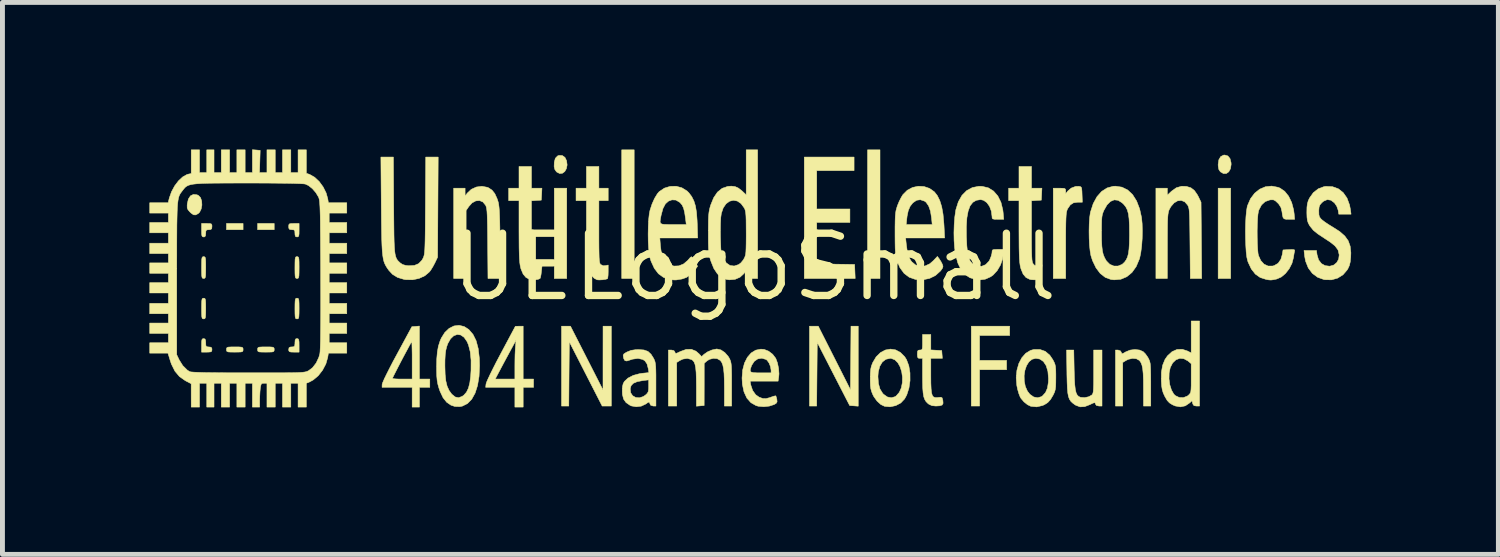
<source format=kicad_pcb>
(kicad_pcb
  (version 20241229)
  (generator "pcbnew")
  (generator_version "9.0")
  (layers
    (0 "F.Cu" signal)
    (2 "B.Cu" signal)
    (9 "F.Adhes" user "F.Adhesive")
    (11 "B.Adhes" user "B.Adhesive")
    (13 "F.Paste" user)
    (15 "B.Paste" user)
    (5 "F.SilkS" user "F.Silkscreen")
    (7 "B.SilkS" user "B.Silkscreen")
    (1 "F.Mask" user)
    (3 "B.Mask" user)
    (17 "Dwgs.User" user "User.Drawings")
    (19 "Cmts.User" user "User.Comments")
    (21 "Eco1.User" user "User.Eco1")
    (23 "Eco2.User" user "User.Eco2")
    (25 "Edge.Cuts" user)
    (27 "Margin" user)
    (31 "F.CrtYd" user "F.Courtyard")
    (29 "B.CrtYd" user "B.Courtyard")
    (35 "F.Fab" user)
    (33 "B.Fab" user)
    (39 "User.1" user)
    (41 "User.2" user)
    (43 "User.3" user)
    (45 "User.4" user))
  (footprint "UELogoSmall"
    (layer "F.Cu")
    (at 12.345 2.399)
    (property "Reference" "UELogoSmall" (at 0 0 0) (layer "F.SilkS") (effects (font (size 1.27 1.27) (thickness 0.15))))
    (attr through_hole)
    (fp_poly (pts (xy -10.435 -0.762) (xy -10.774 -0.762) (xy -10.774 -0.889) (xy -10.435 -0.889) (xy -10.435 -0.762)) (stroke (width 0.01) (type solid)) (fill yes) (layer "F.SilkS"))
    (fp_poly (pts (xy -9.8 -0.762) (xy -10.139 -0.762) (xy -10.139 -0.889) (xy -9.8 -0.889) (xy -9.8 -0.762)) (stroke (width 0.01) (type solid)) (fill yes) (layer "F.SilkS"))
    (fp_poly (pts (xy -3.831 0.233) (xy -4.085 0.233) (xy -4.085 -1.609) (xy -3.831 -1.609) (xy -3.831 0.233)) (stroke (width 0.01) (type solid)) (fill yes) (layer "F.SilkS"))
    (fp_poly (pts (xy -2.455 0.233) (xy -2.709 0.233) (xy -2.709 -2.392) (xy -2.455 -2.392) (xy -2.455 0.233)) (stroke (width 0.01) (type solid)) (fill yes) (layer "F.SilkS"))
    (fp_poly (pts (xy 2.561 0.233) (xy 2.307 0.233) (xy 2.307 -2.392) (xy 2.561 -2.392) (xy 2.561 0.233)) (stroke (width 0.01) (type solid)) (fill yes) (layer "F.SilkS"))
    (fp_poly (pts (xy 9.716 0.233) (xy 9.461 0.233) (xy 9.461 -1.609) (xy 9.716 -1.609) (xy 9.716 0.233)) (stroke (width 0.01) (type solid)) (fill yes) (layer "F.SilkS"))
    (fp_poly (pts (xy 5.207 1.397) (xy 4.593 1.397) (xy 4.593 1.905) (xy 5.144 1.905) (xy 5.144 2.095) (xy 4.593 2.095) (xy 4.593 2.836) (xy 4.424 2.836) (xy 4.424 1.206) (xy 5.207 1.206) (xy 5.207 1.397)) (stroke (width 0.01) (type solid)) (fill yes) (layer "F.SilkS"))
    (fp_poly (pts (xy 2.032 -1.968) (xy 1.27 -1.968) (xy 1.27 -1.185) (xy 1.947 -1.185) (xy 1.947 -0.91) (xy 1.27 -0.91) (xy 1.27 -0.064) (xy 1.656 -0.059) (xy 2.043 -0.053) (xy 2.055 0.233) (xy 1.016 0.233) (xy 1.016 -2.244) (xy 2.032 -2.244) (xy 2.032 -1.968)) (stroke (width 0.01) (type solid)) (fill yes) (layer "F.SilkS"))
    (fp_poly (pts (xy -3.423 1.857) (xy -3.091 2.508) (xy -3.091 1.857) (xy -3.09 1.206) (xy -2.921 1.206) (xy -2.921 2.836) (xy -3.108 2.836) (xy -3.443 2.181) (xy -3.778 1.526) (xy -3.784 2.181) (xy -3.789 2.836) (xy -3.937 2.836) (xy -3.937 1.206) (xy -3.755 1.206) (xy -3.423 1.857)) (stroke (width 0.01) (type solid)) (fill yes) (layer "F.SilkS"))
    (fp_poly (pts (xy 2.117 2.839) (xy 2.03 2.832) (xy 1.942 2.826) (xy 1.611 2.182) (xy 1.281 1.539) (xy 1.275 2.188) (xy 1.269 2.836) (xy 1.122 2.836) (xy 1.122 1.206) (xy 1.212 1.207) (xy 1.302 1.207) (xy 1.63 1.855) (xy 1.958 2.503) (xy 1.964 1.855) (xy 1.969 1.206) (xy 2.117 1.206) (xy 2.117 2.839)) (stroke (width 0.01) (type solid)) (fill yes) (layer "F.SilkS"))
    (fp_poly (pts (xy -3.922 -2.276) (xy -3.867 -2.237) (xy -3.834 -2.169) (xy -3.823 -2.083) (xy -3.838 -2.008) (xy -3.871 -1.949) (xy -3.919 -1.914) (xy -3.974 -1.908) (xy -4.032 -1.937) (xy -4.043 -1.947) (xy -4.074 -1.992) (xy -4.088 -2.051) (xy -4.085 -2.137) (xy -4.085 -2.138) (xy -4.064 -2.219) (xy -4.018 -2.267) (xy -3.991 -2.277) (xy -3.922 -2.276)) (stroke (width 0.01) (type solid)) (fill yes) (layer "F.SilkS"))
    (fp_poly (pts (xy 9.659 -2.267) (xy 9.703 -2.214) (xy 9.724 -2.131) (xy 9.726 -2.095) (xy 9.713 -2.008) (xy 9.678 -1.944) (xy 9.629 -1.909) (xy 9.57 -1.907) (xy 9.509 -1.942) (xy 9.504 -1.947) (xy 9.474 -1.993) (xy 9.462 -2.062) (xy 9.461 -2.095) (xy 9.475 -2.189) (xy 9.512 -2.253) (xy 9.571 -2.284) (xy 9.596 -2.286) (xy 9.659 -2.267)) (stroke (width 0.01) (type solid)) (fill yes) (layer "F.SilkS"))
    (fp_poly (pts (xy -11.375 -1.474) (xy -11.345 -1.46) (xy -11.303 -1.416) (xy -11.28 -1.347) (xy -11.275 -1.265) (xy -11.29 -1.185) (xy -11.322 -1.119) (xy -11.351 -1.091) (xy -11.402 -1.064) (xy -11.446 -1.066) (xy -11.496 -1.101) (xy -11.519 -1.123) (xy -11.558 -1.167) (xy -11.575 -1.207) (xy -11.576 -1.263) (xy -11.573 -1.292) (xy -11.551 -1.388) (xy -11.508 -1.453) (xy -11.448 -1.482) (xy -11.375 -1.474)) (stroke (width 0.01) (type solid)) (fill yes) (layer "F.SilkS"))
    (fp_poly (pts (xy -11.113 -0.888) (xy -11.082 -0.879) (xy -11.071 -0.857) (xy -11.07 -0.826) (xy -11.075 -0.781) (xy -11.1 -0.764) (xy -11.134 -0.762) (xy -11.176 -0.758) (xy -11.194 -0.737) (xy -11.197 -0.688) (xy -11.202 -0.637) (xy -11.22 -0.616) (xy -11.239 -0.614) (xy -11.262 -0.618) (xy -11.275 -0.637) (xy -11.281 -0.68) (xy -11.282 -0.751) (xy -11.282 -0.889) (xy -11.176 -0.889) (xy -11.113 -0.888)) (stroke (width 0.01) (type solid)) (fill yes) (layer "F.SilkS"))
    (fp_poly (pts (xy -9.292 -0.751) (xy -9.293 -0.677) (xy -9.299 -0.635) (xy -9.313 -0.618) (xy -9.335 -0.614) (xy -9.364 -0.622) (xy -9.375 -0.654) (xy -9.377 -0.688) (xy -9.38 -0.738) (xy -9.398 -0.758) (xy -9.44 -0.762) (xy -9.485 -0.767) (xy -9.502 -0.792) (xy -9.504 -0.826) (xy -9.502 -0.863) (xy -9.487 -0.882) (xy -9.45 -0.888) (xy -9.398 -0.889) (xy -9.292 -0.889) (xy -9.292 -0.751)) (stroke (width 0.01) (type solid)) (fill yes) (layer "F.SilkS"))
    (fp_poly (pts (xy -11.212 1.468) (xy -11.2 1.496) (xy -11.197 1.545) (xy -11.195 1.599) (xy -11.181 1.624) (xy -11.147 1.63) (xy -11.134 1.63) (xy -11.088 1.636) (xy -11.072 1.66) (xy -11.07 1.683) (xy -11.074 1.714) (xy -11.091 1.73) (xy -11.134 1.735) (xy -11.176 1.736) (xy -11.282 1.736) (xy -11.282 1.598) (xy -11.281 1.524) (xy -11.275 1.482) (xy -11.261 1.464) (xy -11.239 1.46) (xy -11.212 1.468)) (stroke (width 0.01) (type solid)) (fill yes) (layer "F.SilkS"))
    (fp_poly (pts (xy -10.521 1.63) (xy -10.47 1.634) (xy -10.445 1.643) (xy -10.436 1.66) (xy -10.435 1.683) (xy -10.437 1.709) (xy -10.448 1.725) (xy -10.477 1.733) (xy -10.533 1.735) (xy -10.604 1.736) (xy -10.688 1.735) (xy -10.739 1.732) (xy -10.764 1.722) (xy -10.773 1.705) (xy -10.774 1.683) (xy -10.772 1.657) (xy -10.761 1.641) (xy -10.732 1.633) (xy -10.676 1.63) (xy -10.604 1.63) (xy -10.521 1.63)) (stroke (width 0.01) (type solid)) (fill yes) (layer "F.SilkS"))
    (fp_poly (pts (xy -9.886 1.63) (xy -9.835 1.634) (xy -9.81 1.643) (xy -9.801 1.66) (xy -9.8 1.683) (xy -9.802 1.709) (xy -9.813 1.725) (xy -9.842 1.733) (xy -9.898 1.735) (xy -9.97 1.736) (xy -10.053 1.735) (xy -10.104 1.732) (xy -10.129 1.722) (xy -10.138 1.705) (xy -10.139 1.683) (xy -10.137 1.657) (xy -10.126 1.641) (xy -10.097 1.633) (xy -10.041 1.63) (xy -9.97 1.63) (xy -9.886 1.63)) (stroke (width 0.01) (type solid)) (fill yes) (layer "F.SilkS"))
    (fp_poly (pts (xy -9.312 1.465) (xy -9.299 1.484) (xy -9.293 1.527) (xy -9.292 1.598) (xy -9.292 1.736) (xy -9.398 1.736) (xy -9.461 1.734) (xy -9.492 1.725) (xy -9.503 1.704) (xy -9.504 1.683) (xy -9.497 1.645) (xy -9.468 1.631) (xy -9.44 1.63) (xy -9.4 1.626) (xy -9.382 1.608) (xy -9.377 1.563) (xy -9.377 1.545) (xy -9.373 1.49) (xy -9.359 1.465) (xy -9.335 1.46) (xy -9.312 1.465)) (stroke (width 0.01) (type solid)) (fill yes) (layer "F.SilkS"))
    (fp_poly (pts (xy -11.221 -0.209) (xy -11.208 -0.196) (xy -11.201 -0.164) (xy -11.198 -0.107) (xy -11.197 -0.017) (xy -11.197 0.011) (xy -11.198 0.11) (xy -11.2 0.174) (xy -11.206 0.211) (xy -11.217 0.228) (xy -11.234 0.233) (xy -11.239 0.233) (xy -11.258 0.23) (xy -11.271 0.217) (xy -11.278 0.185) (xy -11.281 0.128) (xy -11.282 0.038) (xy -11.282 0.011) (xy -11.281 -0.089) (xy -11.279 -0.153) (xy -11.273 -0.19) (xy -11.262 -0.207) (xy -11.245 -0.212) (xy -11.239 -0.212) (xy -11.221 -0.209)) (stroke (width 0.01) (type solid)) (fill yes) (layer "F.SilkS"))
    (fp_poly (pts (xy -11.22 0.638) (xy -11.208 0.652) (xy -11.201 0.684) (xy -11.198 0.743) (xy -11.197 0.835) (xy -11.197 0.847) (xy -11.198 0.943) (xy -11.201 1.005) (xy -11.207 1.039) (xy -11.219 1.055) (xy -11.237 1.058) (xy -11.239 1.058) (xy -11.259 1.055) (xy -11.271 1.042) (xy -11.278 1.009) (xy -11.281 0.951) (xy -11.282 0.858) (xy -11.282 0.847) (xy -11.281 0.75) (xy -11.278 0.689) (xy -11.272 0.654) (xy -11.26 0.639) (xy -11.242 0.635) (xy -11.239 0.635) (xy -11.22 0.638)) (stroke (width 0.01) (type solid)) (fill yes) (layer "F.SilkS"))
    (fp_poly (pts (xy -9.316 -0.209) (xy -9.303 -0.196) (xy -9.296 -0.164) (xy -9.293 -0.107) (xy -9.292 -0.017) (xy -9.292 0.011) (xy -9.293 0.11) (xy -9.295 0.174) (xy -9.301 0.211) (xy -9.312 0.228) (xy -9.329 0.233) (xy -9.335 0.233) (xy -9.353 0.23) (xy -9.366 0.217) (xy -9.373 0.185) (xy -9.376 0.128) (xy -9.377 0.038) (xy -9.377 0.011) (xy -9.376 -0.089) (xy -9.374 -0.153) (xy -9.368 -0.19) (xy -9.357 -0.207) (xy -9.34 -0.212) (xy -9.335 -0.212) (xy -9.316 -0.209)) (stroke (width 0.01) (type solid)) (fill yes) (layer "F.SilkS"))
    (fp_poly (pts (xy -9.315 0.638) (xy -9.303 0.652) (xy -9.296 0.684) (xy -9.293 0.743) (xy -9.292 0.835) (xy -9.292 0.847) (xy -9.293 0.943) (xy -9.296 1.005) (xy -9.302 1.039) (xy -9.314 1.055) (xy -9.332 1.058) (xy -9.335 1.058) (xy -9.354 1.055) (xy -9.366 1.042) (xy -9.373 1.009) (xy -9.376 0.951) (xy -9.377 0.858) (xy -9.377 0.847) (xy -9.376 0.75) (xy -9.373 0.689) (xy -9.367 0.654) (xy -9.355 0.639) (xy -9.337 0.635) (xy -9.335 0.635) (xy -9.315 0.638)) (stroke (width 0.01) (type solid)) (fill yes) (layer "F.SilkS"))
    (fp_poly (pts (xy 6.648 -1.642) (xy 6.667 -1.629) (xy 6.677 -1.599) (xy 6.682 -1.542) (xy 6.684 -1.482) (xy 6.69 -1.323) (xy 6.596 -1.323) (xy 6.51 -1.311) (xy 6.445 -1.269) (xy 6.392 -1.193) (xy 6.383 -1.175) (xy 6.374 -1.149) (xy 6.366 -1.114) (xy 6.36 -1.063) (xy 6.356 -0.994) (xy 6.353 -0.9) (xy 6.351 -0.778) (xy 6.35 -0.623) (xy 6.35 -0.436) (xy 6.35 0.233) (xy 6.096 0.233) (xy 6.096 -1.609) (xy 6.223 -1.609) (xy 6.293 -1.608) (xy 6.331 -1.602) (xy 6.347 -1.586) (xy 6.35 -1.557) (xy 6.35 -1.553) (xy 6.35 -1.497) (xy 6.392 -1.55) (xy 6.463 -1.611) (xy 6.552 -1.645) (xy 6.618 -1.647) (xy 6.648 -1.642)) (stroke (width 0.01) (type solid)) (fill yes) (layer "F.SilkS"))
    (fp_poly (pts (xy -4.72 2.286) (xy -4.508 2.286) (xy -4.508 2.455) (xy -4.72 2.455) (xy -4.72 2.857) (xy -4.889 2.857) (xy -4.889 2.455) (xy -5.485 2.455) (xy -5.478 2.387) (xy -5.467 2.351) (xy -5.439 2.286) (xy -5.291 2.286) (xy -4.889 2.286) (xy -4.889 2.025) (xy -4.888 1.908) (xy -4.886 1.791) (xy -4.881 1.69) (xy -4.877 1.628) (xy -4.865 1.492) (xy -4.969 1.683) (xy -5.026 1.789) (xy -5.093 1.913) (xy -5.157 2.033) (xy -5.182 2.08) (xy -5.291 2.286) (xy -5.439 2.286) (xy -5.437 2.283) (xy -5.393 2.188) (xy -5.336 2.073) (xy -5.269 1.941) (xy -5.194 1.799) (xy -5.175 1.763) (xy -4.879 1.208) (xy -4.8 1.207) (xy -4.72 1.206) (xy -4.72 2.286)) (stroke (width 0.01) (type solid)) (fill yes) (layer "F.SilkS"))
    (fp_poly (pts (xy 7.859 1.694) (xy 7.931 1.726) (xy 7.977 1.772) (xy 8.023 1.837) (xy 8.038 1.863) (xy 8.054 1.897) (xy 8.066 1.931) (xy 8.075 1.972) (xy 8.08 2.026) (xy 8.083 2.1) (xy 8.085 2.202) (xy 8.086 2.336) (xy 8.086 2.396) (xy 8.086 2.836) (xy 7.938 2.836) (xy 7.937 2.471) (xy 7.936 2.304) (xy 7.931 2.174) (xy 7.921 2.075) (xy 7.906 2.002) (xy 7.884 1.948) (xy 7.856 1.908) (xy 7.851 1.904) (xy 7.792 1.871) (xy 7.713 1.864) (xy 7.628 1.883) (xy 7.583 1.905) (xy 7.514 1.947) (xy 7.514 2.836) (xy 7.366 2.836) (xy 7.366 1.693) (xy 7.417 1.693) (xy 7.466 1.71) (xy 7.483 1.736) (xy 7.493 1.762) (xy 7.509 1.767) (xy 7.542 1.751) (xy 7.573 1.732) (xy 7.663 1.695) (xy 7.763 1.682) (xy 7.859 1.694)) (stroke (width 0.01) (type solid)) (fill yes) (layer "F.SilkS"))
    (fp_poly (pts (xy -3.175 -1.609) (xy -2.985 -1.609) (xy -2.985 -1.355) (xy -3.175 -1.355) (xy -3.175 -0.721) (xy -3.175 -0.539) (xy -3.174 -0.394) (xy -3.172 -0.282) (xy -3.17 -0.198) (xy -3.166 -0.139) (xy -3.16 -0.098) (xy -3.153 -0.072) (xy -3.143 -0.056) (xy -3.14 -0.052) (xy -3.087 -0.027) (xy -3.045 -0.029) (xy -2.985 -0.041) (xy -2.985 0.095) (xy -2.987 0.166) (xy -2.993 0.218) (xy -3 0.239) (xy -3.041 0.251) (xy -3.104 0.26) (xy -3.169 0.263) (xy -3.211 0.26) (xy -3.27 0.23) (xy -3.327 0.17) (xy -3.375 0.089) (xy -3.406 0.001) (xy -3.413 -0.054) (xy -3.419 -0.146) (xy -3.423 -0.271) (xy -3.427 -0.423) (xy -3.429 -0.599) (xy -3.429 -0.731) (xy -3.429 -1.355) (xy -3.641 -1.355) (xy -3.641 -1.609) (xy -3.429 -1.609) (xy -3.429 -2.053) (xy -3.175 -2.053) (xy -3.175 -1.609)) (stroke (width 0.01) (type solid)) (fill yes) (layer "F.SilkS"))
    (fp_poly (pts (xy -6.837 2.286) (xy -6.625 2.286) (xy -6.625 2.455) (xy -6.837 2.455) (xy -6.837 2.857) (xy -6.985 2.857) (xy -6.985 2.455) (xy -7.599 2.455) (xy -7.598 2.397) (xy -7.588 2.362) (xy -7.559 2.295) (xy -7.549 2.273) (xy -7.387 2.273) (xy -7.368 2.278) (xy -7.315 2.283) (xy -7.238 2.286) (xy -7.186 2.286) (xy -6.985 2.286) (xy -6.985 1.905) (xy -6.985 1.783) (xy -6.987 1.678) (xy -6.989 1.595) (xy -6.991 1.541) (xy -6.994 1.524) (xy -7.006 1.542) (xy -7.034 1.59) (xy -7.073 1.663) (xy -7.121 1.752) (xy -7.174 1.851) (xy -7.228 1.954) (xy -7.279 2.053) (xy -7.324 2.141) (xy -7.36 2.212) (xy -7.382 2.258) (xy -7.387 2.273) (xy -7.549 2.273) (xy -7.513 2.198) (xy -7.452 2.077) (xy -7.379 1.935) (xy -7.294 1.778) (xy -6.991 1.217) (xy -6.914 1.211) (xy -6.837 1.204) (xy -6.837 2.286)) (stroke (width 0.01) (type solid)) (fill yes) (layer "F.SilkS"))
    (fp_poly (pts (xy -5.451 -1.627) (xy -5.427 -1.617) (xy -5.355 -1.569) (xy -5.299 -1.499) (xy -5.253 -1.398) (xy -5.238 -1.355) (xy -5.227 -1.318) (xy -5.219 -1.274) (xy -5.212 -1.218) (xy -5.206 -1.146) (xy -5.202 -1.053) (xy -5.198 -0.934) (xy -5.195 -0.784) (xy -5.192 -0.599) (xy -5.191 -0.503) (xy -5.182 0.233) (xy -5.438 0.233) (xy -5.444 -0.482) (xy -5.446 -0.678) (xy -5.448 -0.836) (xy -5.451 -0.961) (xy -5.454 -1.058) (xy -5.458 -1.13) (xy -5.464 -1.183) (xy -5.471 -1.22) (xy -5.48 -1.247) (xy -5.487 -1.262) (xy -5.542 -1.328) (xy -5.611 -1.357) (xy -5.687 -1.35) (xy -5.763 -1.309) (xy -5.829 -1.235) (xy -5.884 -1.154) (xy -5.884 0.233) (xy -6.138 0.233) (xy -6.138 -1.609) (xy -5.905 -1.609) (xy -5.905 -1.529) (xy -5.904 -1.45) (xy -5.86 -1.509) (xy -5.778 -1.586) (xy -5.675 -1.633) (xy -5.562 -1.648) (xy -5.451 -1.627)) (stroke (width 0.01) (type solid)) (fill yes) (layer "F.SilkS"))
    (fp_poly (pts (xy 8.815 -1.645) (xy 8.905 -1.617) (xy 8.976 -1.562) (xy 9.037 -1.474) (xy 9.054 -1.443) (xy 9.112 -1.323) (xy 9.119 -0.545) (xy 9.125 0.233) (xy 8.893 0.233) (xy 8.886 -0.482) (xy 8.884 -0.675) (xy 8.882 -0.832) (xy 8.88 -0.955) (xy 8.877 -1.049) (xy 8.873 -1.12) (xy 8.868 -1.172) (xy 8.861 -1.209) (xy 8.852 -1.236) (xy 8.842 -1.258) (xy 8.837 -1.266) (xy 8.779 -1.331) (xy 8.709 -1.359) (xy 8.635 -1.352) (xy 8.562 -1.309) (xy 8.497 -1.234) (xy 8.464 -1.175) (xy 8.453 -1.148) (xy 8.445 -1.116) (xy 8.438 -1.074) (xy 8.433 -1.019) (xy 8.429 -0.943) (xy 8.427 -0.844) (xy 8.426 -0.715) (xy 8.425 -0.552) (xy 8.425 -0.429) (xy 8.424 0.233) (xy 8.191 0.233) (xy 8.191 -1.609) (xy 8.424 -1.609) (xy 8.424 -1.467) (xy 8.509 -1.547) (xy 8.608 -1.618) (xy 8.717 -1.649) (xy 8.815 -1.645)) (stroke (width 0.01) (type solid)) (fill yes) (layer "F.SilkS"))
    (fp_poly (pts (xy -4.551 -1.609) (xy -4.337 -1.609) (xy -4.343 -1.487) (xy -4.35 -1.365) (xy -4.45 -1.359) (xy -4.551 -1.352) (xy -4.551 -0.734) (xy -4.551 -0.552) (xy -4.55 -0.408) (xy -4.548 -0.297) (xy -4.545 -0.213) (xy -4.54 -0.153) (xy -4.534 -0.112) (xy -4.526 -0.084) (xy -4.517 -0.066) (xy -4.486 -0.034) (xy -4.446 -0.026) (xy -4.408 -0.031) (xy -4.333 -0.045) (xy -4.347 0.087) (xy -4.356 0.159) (xy -4.367 0.212) (xy -4.376 0.234) (xy -4.419 0.252) (xy -4.485 0.261) (xy -4.554 0.258) (xy -4.584 0.252) (xy -4.662 0.213) (xy -4.721 0.143) (xy -4.765 0.038) (xy -4.772 0.011) (xy -4.782 -0.036) (xy -4.79 -0.096) (xy -4.796 -0.173) (xy -4.8 -0.272) (xy -4.803 -0.398) (xy -4.804 -0.557) (xy -4.805 -0.735) (xy -4.805 -1.355) (xy -5.016 -1.355) (xy -5.016 -1.609) (xy -4.805 -1.609) (xy -4.805 -2.053) (xy -4.551 -2.053) (xy -4.551 -1.609)) (stroke (width 0.01) (type solid)) (fill yes) (layer "F.SilkS"))
    (fp_poly (pts (xy 5.652 -1.609) (xy 5.865 -1.609) (xy 5.859 -1.487) (xy 5.853 -1.365) (xy 5.752 -1.359) (xy 5.652 -1.352) (xy 5.652 -0.734) (xy 5.652 -0.552) (xy 5.653 -0.408) (xy 5.655 -0.297) (xy 5.658 -0.213) (xy 5.662 -0.153) (xy 5.668 -0.112) (xy 5.676 -0.084) (xy 5.686 -0.066) (xy 5.717 -0.034) (xy 5.757 -0.026) (xy 5.795 -0.031) (xy 5.869 -0.045) (xy 5.854 0.088) (xy 5.844 0.16) (xy 5.833 0.213) (xy 5.825 0.235) (xy 5.783 0.253) (xy 5.719 0.261) (xy 5.651 0.258) (xy 5.619 0.252) (xy 5.54 0.213) (xy 5.481 0.143) (xy 5.438 0.038) (xy 5.43 0.011) (xy 5.42 -0.036) (xy 5.412 -0.096) (xy 5.406 -0.173) (xy 5.402 -0.272) (xy 5.399 -0.398) (xy 5.398 -0.557) (xy 5.397 -0.735) (xy 5.397 -1.355) (xy 5.186 -1.355) (xy 5.186 -1.609) (xy 5.397 -1.609) (xy 5.397 -2.053) (xy 5.652 -2.053) (xy 5.652 -1.609)) (stroke (width 0.01) (type solid)) (fill yes) (layer "F.SilkS"))
    (fp_poly (pts (xy 6.523 2.101) (xy 6.528 2.267) (xy 6.535 2.397) (xy 6.546 2.494) (xy 6.562 2.563) (xy 6.584 2.61) (xy 6.613 2.64) (xy 6.65 2.657) (xy 6.658 2.659) (xy 6.738 2.664) (xy 6.821 2.646) (xy 6.883 2.611) (xy 6.896 2.595) (xy 6.906 2.573) (xy 6.913 2.537) (xy 6.917 2.483) (xy 6.92 2.404) (xy 6.921 2.294) (xy 6.921 2.149) (xy 6.921 2.135) (xy 6.921 1.693) (xy 7.091 1.693) (xy 7.091 2.836) (xy 7.03 2.836) (xy 6.978 2.825) (xy 6.958 2.796) (xy 6.95 2.773) (xy 6.933 2.768) (xy 6.899 2.78) (xy 6.846 2.806) (xy 6.738 2.848) (xy 6.644 2.853) (xy 6.558 2.821) (xy 6.539 2.81) (xy 6.492 2.775) (xy 6.455 2.74) (xy 6.427 2.697) (xy 6.407 2.643) (xy 6.393 2.57) (xy 6.384 2.473) (xy 6.379 2.346) (xy 6.375 2.184) (xy 6.375 2.154) (xy 6.368 1.693) (xy 6.515 1.693) (xy 6.523 2.101)) (stroke (width 0.01) (type solid)) (fill yes) (layer "F.SilkS"))
    (fp_poly (pts (xy 3.598 1.691) (xy 3.821 1.704) (xy 3.827 1.783) (xy 3.834 1.863) (xy 3.598 1.863) (xy 3.598 2.218) (xy 3.599 2.369) (xy 3.604 2.484) (xy 3.613 2.565) (xy 3.628 2.619) (xy 3.652 2.65) (xy 3.686 2.663) (xy 3.731 2.663) (xy 3.749 2.661) (xy 3.802 2.656) (xy 3.828 2.668) (xy 3.84 2.706) (xy 3.844 2.724) (xy 3.848 2.781) (xy 3.829 2.815) (xy 3.781 2.831) (xy 3.7 2.836) (xy 3.621 2.828) (xy 3.559 2.799) (xy 3.537 2.782) (xy 3.501 2.746) (xy 3.474 2.702) (xy 3.454 2.646) (xy 3.441 2.569) (xy 3.433 2.467) (xy 3.43 2.332) (xy 3.429 2.217) (xy 3.429 1.863) (xy 3.376 1.863) (xy 3.342 1.858) (xy 3.327 1.836) (xy 3.323 1.785) (xy 3.323 1.778) (xy 3.326 1.723) (xy 3.34 1.699) (xy 3.371 1.693) (xy 3.376 1.693) (xy 3.403 1.691) (xy 3.419 1.679) (xy 3.426 1.649) (xy 3.429 1.59) (xy 3.429 1.535) (xy 3.429 1.376) (xy 3.598 1.376) (xy 3.598 1.691)) (stroke (width 0.01) (type solid)) (fill yes) (layer "F.SilkS"))
    (fp_poly (pts (xy 2.879 1.69) (xy 2.977 1.742) (xy 3.064 1.829) (xy 3.102 1.889) (xy 3.149 2.013) (xy 3.173 2.16) (xy 3.174 2.317) (xy 3.152 2.47) (xy 3.107 2.609) (xy 3.064 2.689) (xy 2.986 2.772) (xy 2.883 2.827) (xy 2.767 2.852) (xy 2.656 2.842) (xy 2.578 2.805) (xy 2.501 2.735) (xy 2.435 2.643) (xy 2.416 2.606) (xy 2.39 2.543) (xy 2.374 2.485) (xy 2.365 2.419) (xy 2.362 2.329) (xy 2.362 2.275) (xy 2.363 2.233) (xy 2.519 2.233) (xy 2.529 2.375) (xy 2.56 2.487) (xy 2.615 2.576) (xy 2.635 2.597) (xy 2.712 2.651) (xy 2.793 2.667) (xy 2.869 2.645) (xy 2.892 2.629) (xy 2.954 2.558) (xy 2.996 2.465) (xy 3.017 2.359) (xy 3.019 2.248) (xy 3.004 2.138) (xy 2.972 2.037) (xy 2.925 1.953) (xy 2.864 1.893) (xy 2.79 1.864) (xy 2.769 1.863) (xy 2.681 1.882) (xy 2.609 1.937) (xy 2.557 2.024) (xy 2.526 2.139) (xy 2.519 2.233) (xy 2.363 2.233) (xy 2.364 2.166) (xy 2.371 2.086) (xy 2.385 2.022) (xy 2.409 1.959) (xy 2.411 1.953) (xy 2.482 1.833) (xy 2.57 1.746) (xy 2.67 1.693) (xy 2.775 1.674) (xy 2.879 1.69)) (stroke (width 0.01) (type solid)) (fill yes) (layer "F.SilkS"))
    (fp_poly (pts (xy 9.081 2.836) (xy 9.017 2.836) (xy 8.968 2.828) (xy 8.945 2.796) (xy 8.941 2.782) (xy 8.927 2.728) (xy 8.882 2.77) (xy 8.791 2.832) (xy 8.692 2.853) (xy 8.584 2.834) (xy 8.529 2.81) (xy 8.468 2.772) (xy 8.421 2.722) (xy 8.377 2.647) (xy 8.372 2.638) (xy 8.34 2.568) (xy 8.32 2.502) (xy 8.308 2.426) (xy 8.301 2.322) (xy 8.301 2.319) (xy 8.302 2.281) (xy 8.458 2.281) (xy 8.474 2.401) (xy 8.508 2.509) (xy 8.556 2.593) (xy 8.588 2.624) (xy 8.666 2.661) (xy 8.752 2.664) (xy 8.832 2.633) (xy 8.855 2.615) (xy 8.877 2.593) (xy 8.893 2.571) (xy 8.903 2.54) (xy 8.908 2.492) (xy 8.911 2.421) (xy 8.911 2.319) (xy 8.911 2.268) (xy 8.911 1.972) (xy 8.846 1.917) (xy 8.763 1.871) (xy 8.679 1.863) (xy 8.6 1.892) (xy 8.533 1.956) (xy 8.484 2.05) (xy 8.461 2.16) (xy 8.458 2.281) (xy 8.302 2.281) (xy 8.303 2.146) (xy 8.328 2.004) (xy 8.376 1.886) (xy 8.427 1.812) (xy 8.52 1.727) (xy 8.621 1.682) (xy 8.728 1.678) (xy 8.833 1.712) (xy 8.911 1.752) (xy 8.911 1.101) (xy 9.081 1.101) (xy 9.081 2.836)) (stroke (width 0.01) (type solid)) (fill yes) (layer "F.SilkS"))
    (fp_poly (pts (xy 5.933 1.72) (xy 6.025 1.798) (xy 6.087 1.889) (xy 6.113 1.939) (xy 6.131 1.983) (xy 6.142 2.031) (xy 6.147 2.094) (xy 6.149 2.182) (xy 6.149 2.254) (xy 6.148 2.365) (xy 6.145 2.444) (xy 6.137 2.501) (xy 6.124 2.548) (xy 6.103 2.594) (xy 6.093 2.614) (xy 6.04 2.703) (xy 5.986 2.763) (xy 5.92 2.806) (xy 5.879 2.825) (xy 5.759 2.853) (xy 5.641 2.842) (xy 5.571 2.809) (xy 5.498 2.75) (xy 5.437 2.678) (xy 5.419 2.646) (xy 5.394 2.582) (xy 5.369 2.496) (xy 5.353 2.418) (xy 5.34 2.257) (xy 5.344 2.216) (xy 5.502 2.216) (xy 5.505 2.327) (xy 5.526 2.435) (xy 5.569 2.532) (xy 5.62 2.597) (xy 5.697 2.651) (xy 5.777 2.667) (xy 5.854 2.645) (xy 5.877 2.629) (xy 5.939 2.56) (xy 5.978 2.469) (xy 5.997 2.348) (xy 5.999 2.275) (xy 5.987 2.13) (xy 5.952 2.013) (xy 5.896 1.928) (xy 5.821 1.877) (xy 5.74 1.863) (xy 5.663 1.882) (xy 5.6 1.934) (xy 5.551 2.012) (xy 5.518 2.108) (xy 5.502 2.216) (xy 5.344 2.216) (xy 5.355 2.105) (xy 5.394 1.968) (xy 5.455 1.851) (xy 5.535 1.76) (xy 5.632 1.701) (xy 5.701 1.682) (xy 5.825 1.682) (xy 5.933 1.72)) (stroke (width 0.01) (type solid)) (fill yes) (layer "F.SilkS"))
    (fp_poly (pts (xy -7.362 -1.265) (xy -7.36 -1.025) (xy -7.358 -0.824) (xy -7.356 -0.658) (xy -7.353 -0.523) (xy -7.348 -0.415) (xy -7.342 -0.33) (xy -7.333 -0.264) (xy -7.321 -0.214) (xy -7.307 -0.176) (xy -7.289 -0.146) (xy -7.267 -0.12) (xy -7.24 -0.095) (xy -7.231 -0.086) (xy -7.181 -0.052) (xy -7.115 -0.033) (xy -7.054 -0.027) (xy -6.94 -0.033) (xy -6.853 -0.069) (xy -6.786 -0.139) (xy -6.761 -0.183) (xy -6.752 -0.204) (xy -6.744 -0.229) (xy -6.737 -0.261) (xy -6.732 -0.304) (xy -6.727 -0.363) (xy -6.724 -0.44) (xy -6.721 -0.54) (xy -6.719 -0.667) (xy -6.717 -0.825) (xy -6.716 -1.017) (xy -6.714 -1.248) (xy -6.714 -1.254) (xy -6.708 -2.244) (xy -6.454 -2.244) (xy -6.466 -0.201) (xy -6.521 -0.085) (xy -6.562 -0.008) (xy -6.607 0.065) (xy -6.633 0.099) (xy -6.725 0.177) (xy -6.844 0.232) (xy -6.978 0.26) (xy -7.118 0.257) (xy -7.149 0.252) (xy -7.283 0.212) (xy -7.388 0.147) (xy -7.462 0.066) (xy -7.494 0.021) (xy -7.52 -0.021) (xy -7.542 -0.064) (xy -7.561 -0.113) (xy -7.575 -0.171) (xy -7.586 -0.242) (xy -7.595 -0.33) (xy -7.601 -0.439) (xy -7.606 -0.574) (xy -7.609 -0.738) (xy -7.612 -0.934) (xy -7.614 -1.168) (xy -7.615 -1.254) (xy -7.623 -2.244) (xy -7.368 -2.244) (xy -7.362 -1.265)) (stroke (width 0.01) (type solid)) (fill yes) (layer "F.SilkS"))
    (fp_poly (pts (xy -0.685 1.691) (xy -0.606 1.744) (xy -0.538 1.821) (xy -0.513 1.862) (xy -0.497 1.896) (xy -0.485 1.93) (xy -0.477 1.972) (xy -0.471 2.026) (xy -0.468 2.101) (xy -0.466 2.202) (xy -0.466 2.337) (xy -0.466 2.396) (xy -0.466 2.836) (xy -0.614 2.836) (xy -0.614 2.471) (xy -0.616 2.304) (xy -0.621 2.174) (xy -0.631 2.075) (xy -0.646 2.002) (xy -0.667 1.948) (xy -0.695 1.908) (xy -0.7 1.904) (xy -0.761 1.869) (xy -0.839 1.863) (xy -0.918 1.883) (xy -0.967 1.913) (xy -1.026 1.964) (xy -1.026 2.395) (xy -1.027 2.826) (xy -1.106 2.832) (xy -1.185 2.839) (xy -1.185 2.445) (xy -1.187 2.28) (xy -1.191 2.152) (xy -1.2 2.055) (xy -1.214 1.985) (xy -1.234 1.936) (xy -1.261 1.903) (xy -1.288 1.886) (xy -1.371 1.864) (xy -1.462 1.878) (xy -1.519 1.905) (xy -1.587 1.947) (xy -1.587 2.836) (xy -1.757 2.836) (xy -1.757 1.693) (xy -1.696 1.693) (xy -1.644 1.705) (xy -1.624 1.734) (xy -1.616 1.756) (xy -1.599 1.762) (xy -1.565 1.749) (xy -1.512 1.723) (xy -1.395 1.681) (xy -1.289 1.678) (xy -1.195 1.716) (xy -1.131 1.771) (xy -1.079 1.827) (xy -1.031 1.782) (xy -0.958 1.731) (xy -0.867 1.692) (xy -0.78 1.673) (xy -0.766 1.672) (xy -0.685 1.691)) (stroke (width 0.01) (type solid)) (fill yes) (layer "F.SilkS"))
    (fp_poly (pts (xy 0.198 1.681) (xy 0.287 1.716) (xy 0.37 1.779) (xy 0.432 1.86) (xy 0.435 1.865) (xy 0.469 1.957) (xy 0.492 2.069) (xy 0.5 2.18) (xy 0.495 2.238) (xy 0.482 2.328) (xy -0.089 2.328) (xy -0.075 2.408) (xy -0.038 2.518) (xy 0.024 2.605) (xy 0.093 2.654) (xy 0.168 2.682) (xy 0.236 2.684) (xy 0.316 2.663) (xy 0.339 2.654) (xy 0.393 2.635) (xy 0.429 2.628) (xy 0.435 2.629) (xy 0.445 2.654) (xy 0.457 2.702) (xy 0.457 2.704) (xy 0.461 2.75) (xy 0.443 2.78) (xy 0.402 2.805) (xy 0.304 2.837) (xy 0.19 2.85) (xy 0.078 2.84) (xy 0.032 2.827) (xy -0.073 2.767) (xy -0.156 2.673) (xy -0.214 2.547) (xy -0.247 2.392) (xy -0.254 2.263) (xy -0.242 2.118) (xy -0.087 2.118) (xy -0.07 2.142) (xy -0.025 2.154) (xy 0.054 2.159) (xy 0.127 2.159) (xy 0.339 2.159) (xy 0.339 2.105) (xy 0.327 2.033) (xy 0.298 1.96) (xy 0.259 1.904) (xy 0.236 1.886) (xy 0.15 1.86) (xy 0.067 1.874) (xy -0.004 1.923) (xy -0.057 2.005) (xy -0.062 2.018) (xy -0.083 2.078) (xy -0.087 2.118) (xy -0.242 2.118) (xy -0.241 2.101) (xy -0.204 1.959) (xy -0.145 1.842) (xy -0.068 1.753) (xy 0.025 1.696) (xy 0.131 1.675) (xy 0.198 1.681)) (stroke (width 0.01) (type solid)) (fill yes) (layer "F.SilkS"))
    (fp_poly (pts (xy -5.924 1.214) (xy -5.83 1.274) (xy -5.744 1.374) (xy -5.68 1.503) (xy -5.637 1.665) (xy -5.614 1.862) (xy -5.61 2.011) (xy -5.62 2.229) (xy -5.651 2.417) (xy -5.701 2.573) (xy -5.77 2.697) (xy -5.856 2.785) (xy -5.959 2.837) (xy -6.013 2.848) (xy -6.113 2.845) (xy -6.194 2.818) (xy -6.281 2.758) (xy -6.354 2.667) (xy -6.415 2.538) (xy -6.44 2.466) (xy -6.461 2.39) (xy -6.475 2.314) (xy -6.483 2.226) (xy -6.486 2.113) (xy -6.486 2.043) (xy -6.486 2.021) (xy -6.317 2.021) (xy -6.312 2.189) (xy -6.298 2.323) (xy -6.272 2.43) (xy -6.232 2.518) (xy -6.177 2.594) (xy -6.176 2.595) (xy -6.107 2.651) (xy -6.037 2.666) (xy -5.963 2.638) (xy -5.93 2.614) (xy -5.877 2.554) (xy -5.837 2.472) (xy -5.809 2.364) (xy -5.791 2.223) (xy -5.784 2.111) (xy -5.783 1.902) (xy -5.8 1.729) (xy -5.836 1.589) (xy -5.865 1.521) (xy -5.925 1.434) (xy -5.994 1.386) (xy -6.066 1.376) (xy -6.138 1.403) (xy -6.203 1.465) (xy -6.258 1.562) (xy -6.279 1.621) (xy -6.298 1.697) (xy -6.31 1.786) (xy -6.316 1.899) (xy -6.317 2.021) (xy -6.486 2.021) (xy -6.483 1.872) (xy -6.471 1.733) (xy -6.45 1.616) (xy -6.417 1.512) (xy -6.39 1.449) (xy -6.318 1.334) (xy -6.23 1.251) (xy -6.132 1.202) (xy -6.028 1.189) (xy -5.924 1.214)) (stroke (width 0.01) (type solid)) (fill yes) (layer "F.SilkS"))
    (fp_poly (pts (xy 4.647 -1.646) (xy 4.772 -1.616) (xy 4.878 -1.55) (xy 4.965 -1.45) (xy 5.029 -1.321) (xy 5.067 -1.166) (xy 5.073 -1.117) (xy 5.086 -0.974) (xy 4.967 -0.974) (xy 4.899 -0.975) (xy 4.863 -0.982) (xy 4.849 -0.999) (xy 4.847 -1.032) (xy 4.847 -1.032) (xy 4.833 -1.14) (xy 4.797 -1.237) (xy 4.742 -1.314) (xy 4.675 -1.362) (xy 4.614 -1.376) (xy 4.526 -1.362) (xy 4.455 -1.32) (xy 4.399 -1.248) (xy 4.36 -1.143) (xy 4.334 -1.004) (xy 4.323 -0.828) (xy 4.324 -0.614) (xy 4.325 -0.603) (xy 4.333 -0.434) (xy 4.347 -0.301) (xy 4.369 -0.2) (xy 4.399 -0.127) (xy 4.441 -0.075) (xy 4.495 -0.041) (xy 4.543 -0.023) (xy 4.636 -0.016) (xy 4.717 -0.049) (xy 4.783 -0.118) (xy 4.8 -0.147) (xy 4.828 -0.216) (xy 4.845 -0.279) (xy 4.847 -0.301) (xy 4.85 -0.335) (xy 4.863 -0.352) (xy 4.899 -0.359) (xy 4.964 -0.36) (xy 5.08 -0.36) (xy 5.08 -0.291) (xy 5.063 -0.166) (xy 5.019 -0.041) (xy 4.952 0.073) (xy 4.869 0.163) (xy 4.818 0.199) (xy 4.708 0.248) (xy 4.599 0.262) (xy 4.519 0.255) (xy 4.396 0.218) (xy 4.294 0.151) (xy 4.212 0.051) (xy 4.149 -0.083) (xy 4.104 -0.253) (xy 4.083 -0.397) (xy 4.073 -0.539) (xy 4.07 -0.7) (xy 4.075 -0.865) (xy 4.087 -1.021) (xy 4.106 -1.151) (xy 4.109 -1.17) (xy 4.16 -1.332) (xy 4.234 -1.463) (xy 4.33 -1.56) (xy 4.446 -1.622) (xy 4.579 -1.648) (xy 4.647 -1.646)) (stroke (width 0.01) (type solid)) (fill yes) (layer "F.SilkS"))
    (fp_poly (pts (xy -2.256 1.692) (xy -2.174 1.721) (xy -2.111 1.779) (xy -2.058 1.863) (xy -2.042 1.897) (xy -2.03 1.931) (xy -2.022 1.972) (xy -2.016 2.026) (xy -2.013 2.1) (xy -2.011 2.202) (xy -2.011 2.336) (xy -2.011 2.396) (xy -2.011 2.836) (xy -2.066 2.836) (xy -2.115 2.822) (xy -2.132 2.794) (xy -2.142 2.762) (xy -2.158 2.756) (xy -2.19 2.774) (xy -2.221 2.796) (xy -2.31 2.838) (xy -2.412 2.851) (xy -2.51 2.834) (xy -2.538 2.822) (xy -2.621 2.765) (xy -2.671 2.694) (xy -2.695 2.599) (xy -2.698 2.53) (xy -2.696 2.485) (xy -2.536 2.485) (xy -2.526 2.566) (xy -2.486 2.626) (xy -2.424 2.661) (xy -2.349 2.668) (xy -2.27 2.643) (xy -2.224 2.612) (xy -2.187 2.577) (xy -2.168 2.541) (xy -2.16 2.49) (xy -2.159 2.43) (xy -2.159 2.302) (xy -2.281 2.317) (xy -2.396 2.339) (xy -2.474 2.373) (xy -2.519 2.423) (xy -2.536 2.485) (xy -2.696 2.485) (xy -2.694 2.441) (xy -2.679 2.379) (xy -2.655 2.335) (xy -2.581 2.266) (xy -2.475 2.211) (xy -2.345 2.176) (xy -2.293 2.168) (xy -2.154 2.154) (xy -2.168 2.071) (xy -2.193 1.976) (xy -2.236 1.914) (xy -2.281 1.885) (xy -2.378 1.864) (xy -2.491 1.88) (xy -2.541 1.897) (xy -2.605 1.917) (xy -2.643 1.91) (xy -2.666 1.872) (xy -2.675 1.837) (xy -2.679 1.799) (xy -2.664 1.772) (xy -2.621 1.744) (xy -2.598 1.732) (xy -2.518 1.7) (xy -2.424 1.686) (xy -2.367 1.684) (xy -2.256 1.692)) (stroke (width 0.01) (type solid)) (fill yes) (layer "F.SilkS"))
    (fp_poly (pts (xy 3.459 -1.643) (xy 3.571 -1.605) (xy 3.669 -1.536) (xy 3.73 -1.459) (xy 3.781 -1.356) (xy 3.82 -1.231) (xy 3.847 -1.08) (xy 3.864 -0.894) (xy 3.867 -0.852) (xy 3.88 -0.593) (xy 3.084 -0.593) (xy 3.098 -0.46) (xy 3.117 -0.325) (xy 3.144 -0.223) (xy 3.181 -0.146) (xy 3.209 -0.107) (xy 3.288 -0.042) (xy 3.381 -0.014) (xy 3.479 -0.022) (xy 3.576 -0.066) (xy 3.649 -0.129) (xy 3.732 -0.217) (xy 3.77 -0.167) (xy 3.808 -0.107) (xy 3.833 -0.057) (xy 3.846 -0.017) (xy 3.839 0.017) (xy 3.809 0.062) (xy 3.795 0.08) (xy 3.695 0.171) (xy 3.572 0.232) (xy 3.433 0.26) (xy 3.288 0.253) (xy 3.283 0.252) (xy 3.157 0.208) (xy 3.053 0.129) (xy 2.968 0.013) (xy 2.906 -0.13) (xy 2.893 -0.177) (xy 2.883 -0.229) (xy 2.876 -0.295) (xy 2.871 -0.382) (xy 2.869 -0.495) (xy 2.868 -0.642) (xy 2.868 -0.677) (xy 2.868 -0.827) (xy 2.869 -0.868) (xy 3.096 -0.868) (xy 3.626 -0.868) (xy 3.613 -1.002) (xy 3.591 -1.141) (xy 3.553 -1.248) (xy 3.502 -1.321) (xy 3.47 -1.345) (xy 3.384 -1.374) (xy 3.308 -1.363) (xy 3.234 -1.312) (xy 3.228 -1.306) (xy 3.175 -1.238) (xy 3.138 -1.152) (xy 3.114 -1.038) (xy 3.106 -0.968) (xy 3.096 -0.868) (xy 2.869 -0.868) (xy 2.87 -0.942) (xy 2.873 -1.029) (xy 2.879 -1.096) (xy 2.887 -1.15) (xy 2.9 -1.199) (xy 2.916 -1.25) (xy 2.916 -1.251) (xy 2.952 -1.338) (xy 2.995 -1.423) (xy 3.028 -1.477) (xy 3.118 -1.567) (xy 3.225 -1.624) (xy 3.341 -1.649) (xy 3.459 -1.643)) (stroke (width 0.01) (type solid)) (fill yes) (layer "F.SilkS"))
    (fp_poly (pts (xy 7.498 -1.63) (xy 7.615 -1.572) (xy 7.715 -1.478) (xy 7.797 -1.348) (xy 7.859 -1.186) (xy 7.898 -1.01) (xy 7.91 -0.886) (xy 7.914 -0.739) (xy 7.911 -0.582) (xy 7.9 -0.429) (xy 7.882 -0.291) (xy 7.859 -0.18) (xy 7.854 -0.165) (xy 7.789 -0.011) (xy 7.702 0.111) (xy 7.596 0.198) (xy 7.475 0.249) (xy 7.34 0.261) (xy 7.275 0.254) (xy 7.159 0.212) (xy 7.056 0.132) (xy 6.969 0.017) (xy 6.898 -0.13) (xy 6.865 -0.233) (xy 6.849 -0.324) (xy 6.836 -0.445) (xy 6.829 -0.585) (xy 6.827 -0.709) (xy 7.081 -0.709) (xy 7.082 -0.551) (xy 7.088 -0.428) (xy 7.099 -0.331) (xy 7.117 -0.254) (xy 7.144 -0.189) (xy 7.179 -0.128) (xy 7.181 -0.125) (xy 7.249 -0.056) (xy 7.332 -0.021) (xy 7.42 -0.021) (xy 7.502 -0.055) (xy 7.551 -0.1) (xy 7.586 -0.15) (xy 7.612 -0.206) (xy 7.63 -0.276) (xy 7.642 -0.367) (xy 7.649 -0.484) (xy 7.652 -0.635) (xy 7.652 -0.688) (xy 7.65 -0.854) (xy 7.643 -0.984) (xy 7.63 -1.085) (xy 7.608 -1.164) (xy 7.577 -1.226) (xy 7.535 -1.279) (xy 7.501 -1.311) (xy 7.42 -1.362) (xy 7.34 -1.371) (xy 7.264 -1.339) (xy 7.193 -1.268) (xy 7.131 -1.159) (xy 7.112 -1.114) (xy 7.098 -1.07) (xy 7.089 -1.019) (xy 7.084 -0.953) (xy 7.082 -0.863) (xy 7.081 -0.741) (xy 7.081 -0.709) (xy 6.827 -0.709) (xy 6.827 -0.733) (xy 6.83 -0.876) (xy 6.838 -1.003) (xy 6.852 -1.103) (xy 6.856 -1.122) (xy 6.912 -1.295) (xy 6.989 -1.436) (xy 7.084 -1.543) (xy 7.195 -1.614) (xy 7.32 -1.648) (xy 7.366 -1.65) (xy 7.498 -1.63)) (stroke (width 0.01) (type solid)) (fill yes) (layer "F.SilkS"))
    (fp_poly (pts (xy 10.683 -1.627) (xy 10.723 -1.611) (xy 10.819 -1.545) (xy 10.899 -1.445) (xy 10.961 -1.317) (xy 11.001 -1.167) (xy 11.012 -1.085) (xy 11.022 -0.974) (xy 10.908 -0.974) (xy 10.845 -0.975) (xy 10.807 -0.984) (xy 10.785 -1.011) (xy 10.772 -1.064) (xy 10.763 -1.131) (xy 10.742 -1.215) (xy 10.7 -1.282) (xy 10.676 -1.308) (xy 10.627 -1.353) (xy 10.587 -1.372) (xy 10.537 -1.372) (xy 10.514 -1.369) (xy 10.421 -1.336) (xy 10.346 -1.267) (xy 10.292 -1.165) (xy 10.284 -1.139) (xy 10.273 -1.077) (xy 10.265 -0.984) (xy 10.26 -0.867) (xy 10.257 -0.737) (xy 10.258 -0.604) (xy 10.261 -0.477) (xy 10.267 -0.365) (xy 10.275 -0.279) (xy 10.283 -0.238) (xy 10.33 -0.133) (xy 10.397 -0.059) (xy 10.479 -0.021) (xy 10.573 -0.021) (xy 10.603 -0.029) (xy 10.685 -0.077) (xy 10.741 -0.158) (xy 10.769 -0.254) (xy 10.785 -0.349) (xy 10.908 -0.356) (xy 10.977 -0.358) (xy 11.012 -0.354) (xy 11.023 -0.341) (xy 11.021 -0.324) (xy 11.011 -0.28) (xy 11.001 -0.215) (xy 10.997 -0.19) (xy 10.967 -0.076) (xy 10.91 0.035) (xy 10.835 0.131) (xy 10.749 0.203) (xy 10.659 0.243) (xy 10.657 0.244) (xy 10.586 0.259) (xy 10.538 0.265) (xy 10.493 0.262) (xy 10.439 0.252) (xy 10.318 0.213) (xy 10.219 0.143) (xy 10.138 0.04) (xy 10.072 -0.1) (xy 10.063 -0.127) (xy 10.046 -0.2) (xy 10.033 -0.306) (xy 10.025 -0.437) (xy 10.02 -0.583) (xy 10.018 -0.735) (xy 10.021 -0.885) (xy 10.028 -1.024) (xy 10.039 -1.142) (xy 10.054 -1.232) (xy 10.06 -1.253) (xy 10.121 -1.394) (xy 10.206 -1.507) (xy 10.309 -1.589) (xy 10.427 -1.639) (xy 10.553 -1.652) (xy 10.683 -1.627)) (stroke (width 0.01) (type solid)) (fill yes) (layer "F.SilkS"))
    (fp_poly (pts (xy 11.794 -1.64) (xy 11.913 -1.597) (xy 12.012 -1.519) (xy 12.09 -1.408) (xy 12.142 -1.267) (xy 12.159 -1.18) (xy 12.173 -1.079) (xy 11.922 -1.079) (xy 11.909 -1.162) (xy 11.881 -1.241) (xy 11.834 -1.31) (xy 11.762 -1.364) (xy 11.688 -1.376) (xy 11.614 -1.345) (xy 11.577 -1.314) (xy 11.539 -1.27) (xy 11.521 -1.225) (xy 11.515 -1.16) (xy 11.515 -1.136) (xy 11.517 -1.065) (xy 11.53 -1.02) (xy 11.56 -0.982) (xy 11.584 -0.96) (xy 11.637 -0.919) (xy 11.712 -0.869) (xy 11.793 -0.819) (xy 11.8 -0.815) (xy 11.942 -0.724) (xy 12.045 -0.633) (xy 12.115 -0.536) (xy 12.155 -0.424) (xy 12.169 -0.293) (xy 12.166 -0.201) (xy 12.156 -0.104) (xy 12.138 -0.03) (xy 12.107 0.037) (xy 12.094 0.058) (xy 12.009 0.157) (xy 11.899 0.226) (xy 11.773 0.261) (xy 11.637 0.258) (xy 11.62 0.255) (xy 11.491 0.209) (xy 11.383 0.129) (xy 11.3 0.018) (xy 11.245 -0.12) (xy 11.226 -0.221) (xy 11.213 -0.339) (xy 11.467 -0.339) (xy 11.479 -0.251) (xy 11.51 -0.146) (xy 11.569 -0.07) (xy 11.643 -0.029) (xy 11.736 -0.017) (xy 11.817 -0.039) (xy 11.88 -0.09) (xy 11.92 -0.161) (xy 11.931 -0.248) (xy 11.909 -0.342) (xy 11.903 -0.354) (xy 11.845 -0.432) (xy 11.745 -0.512) (xy 11.737 -0.517) (xy 11.651 -0.573) (xy 11.559 -0.634) (xy 11.498 -0.674) (xy 11.403 -0.751) (xy 11.332 -0.839) (xy 11.328 -0.845) (xy 11.299 -0.899) (xy 11.282 -0.951) (xy 11.274 -1.014) (xy 11.271 -1.102) (xy 11.271 -1.122) (xy 11.273 -1.221) (xy 11.282 -1.292) (xy 11.299 -1.352) (xy 11.325 -1.408) (xy 11.403 -1.518) (xy 11.504 -1.597) (xy 11.622 -1.641) (xy 11.659 -1.646) (xy 11.794 -1.64)) (stroke (width 0.01) (type solid)) (fill yes) (layer "F.SilkS"))
    (fp_poly (pts (xy 0.064 0.233) (xy -0.169 0.233) (xy -0.171 0.074) (xy -0.215 0.133) (xy -0.295 0.207) (xy -0.397 0.251) (xy -0.512 0.261) (xy -0.569 0.253) (xy -0.671 0.212) (xy -0.757 0.138) (xy -0.83 0.028) (xy -0.89 -0.121) (xy -0.895 -0.136) (xy -0.912 -0.193) (xy -0.924 -0.248) (xy -0.932 -0.309) (xy -0.938 -0.384) (xy -0.941 -0.481) (xy -0.942 -0.608) (xy -0.942 -0.699) (xy -0.942 -0.74) (xy -0.696 -0.74) (xy -0.695 -0.616) (xy -0.691 -0.483) (xy -0.687 -0.384) (xy -0.68 -0.312) (xy -0.672 -0.259) (xy -0.659 -0.218) (xy -0.642 -0.18) (xy -0.64 -0.176) (xy -0.575 -0.084) (xy -0.499 -0.032) (xy -0.414 -0.021) (xy -0.322 -0.051) (xy -0.275 -0.088) (xy -0.229 -0.145) (xy -0.217 -0.165) (xy -0.201 -0.195) (xy -0.189 -0.227) (xy -0.18 -0.265) (xy -0.175 -0.317) (xy -0.172 -0.39) (xy -0.17 -0.489) (xy -0.169 -0.621) (xy -0.169 -0.691) (xy -0.17 -0.842) (xy -0.171 -0.957) (xy -0.174 -1.043) (xy -0.179 -1.104) (xy -0.187 -1.149) (xy -0.197 -1.182) (xy -0.209 -1.206) (xy -0.274 -1.295) (xy -0.35 -1.347) (xy -0.43 -1.362) (xy -0.509 -1.343) (xy -0.58 -1.291) (xy -0.638 -1.207) (xy -0.677 -1.092) (xy -0.677 -1.09) (xy -0.688 -1.008) (xy -0.694 -0.889) (xy -0.696 -0.74) (xy -0.942 -0.74) (xy -0.941 -0.846) (xy -0.94 -0.959) (xy -0.936 -1.046) (xy -0.929 -1.114) (xy -0.919 -1.172) (xy -0.905 -1.227) (xy -0.895 -1.261) (xy -0.833 -1.414) (xy -0.755 -1.529) (xy -0.66 -1.606) (xy -0.547 -1.645) (xy -0.474 -1.651) (xy -0.397 -1.642) (xy -0.328 -1.611) (xy -0.252 -1.551) (xy -0.238 -1.538) (xy -0.169 -1.473) (xy -0.169 -2.392) (xy 0.064 -2.392) (xy 0.064 0.233)) (stroke (width 0.01) (type solid)) (fill yes) (layer "F.SilkS"))
    (fp_poly (pts (xy -1.481 -1.617) (xy -1.376 -1.552) (xy -1.339 -1.515) (xy -1.28 -1.436) (xy -1.236 -1.348) (xy -1.204 -1.244) (xy -1.183 -1.115) (xy -1.171 -0.954) (xy -1.168 -0.884) (xy -1.159 -0.593) (xy -1.932 -0.593) (xy -1.919 -0.434) (xy -1.908 -0.345) (xy -1.893 -0.263) (xy -1.877 -0.206) (xy -1.876 -0.205) (xy -1.818 -0.112) (xy -1.738 -0.049) (xy -1.644 -0.02) (xy -1.545 -0.024) (xy -1.449 -0.062) (xy -1.362 -0.135) (xy -1.347 -0.152) (xy -1.312 -0.193) (xy -1.288 -0.211) (xy -1.285 -0.211) (xy -1.269 -0.189) (xy -1.239 -0.143) (xy -1.218 -0.109) (xy -1.161 -0.017) (xy -1.212 0.056) (xy -1.294 0.146) (xy -1.388 0.212) (xy -1.48 0.244) (xy -1.544 0.254) (xy -1.596 0.263) (xy -1.598 0.263) (xy -1.645 0.263) (xy -1.711 0.256) (xy -1.734 0.252) (xy -1.858 0.21) (xy -1.96 0.136) (xy -2.044 0.026) (xy -2.111 -0.12) (xy -2.13 -0.18) (xy -2.147 -0.266) (xy -2.16 -0.385) (xy -2.168 -0.524) (xy -2.17 -0.673) (xy -2.167 -0.823) (xy -2.162 -0.928) (xy -1.926 -0.928) (xy -1.918 -0.895) (xy -1.889 -0.877) (xy -1.835 -0.869) (xy -1.748 -0.868) (xy -1.659 -0.868) (xy -1.392 -0.868) (xy -1.407 -0.99) (xy -1.425 -1.113) (xy -1.447 -1.202) (xy -1.477 -1.266) (xy -1.518 -1.314) (xy -1.526 -1.321) (xy -1.604 -1.367) (xy -1.684 -1.371) (xy -1.755 -1.345) (xy -1.818 -1.289) (xy -1.868 -1.194) (xy -1.904 -1.061) (xy -1.905 -1.057) (xy -1.92 -0.98) (xy -1.926 -0.928) (xy -2.162 -0.928) (xy -2.16 -0.963) (xy -2.147 -1.081) (xy -2.132 -1.159) (xy -2.09 -1.287) (xy -2.038 -1.403) (xy -1.981 -1.496) (xy -1.944 -1.539) (xy -1.839 -1.61) (xy -1.721 -1.646) (xy -1.599 -1.649) (xy -1.481 -1.617)) (stroke (width 0.01) (type solid)) (fill yes) (layer "F.SilkS"))
    (fp_poly (pts (xy -10.165 -2.388) (xy -10.086 -2.381) (xy -10.093 -2.154) (xy -10.1 -1.926) (xy -9.948 -1.926) (xy -9.948 -2.392) (xy -9.779 -2.392) (xy -9.779 -1.926) (xy -9.631 -1.926) (xy -9.631 -2.392) (xy -9.461 -2.392) (xy -9.461 -1.926) (xy -9.313 -1.926) (xy -9.313 -2.392) (xy -9.144 -2.392) (xy -9.144 -1.914) (xy -9.075 -1.889) (xy -8.976 -1.833) (xy -8.882 -1.745) (xy -8.801 -1.634) (xy -8.74 -1.511) (xy -8.707 -1.393) (xy -8.694 -1.312) (xy -8.319 -1.312) (xy -8.319 -1.101) (xy -8.678 -1.101) (xy -8.678 -0.91) (xy -8.319 -0.91) (xy -8.319 -0.699) (xy -8.678 -0.699) (xy -8.678 -0.487) (xy -8.319 -0.487) (xy -8.319 -0.275) (xy -8.678 -0.275) (xy -8.678 -0.085) (xy -8.319 -0.085) (xy -8.319 0.127) (xy -8.678 0.127) (xy -8.678 0.318) (xy -8.319 0.318) (xy -8.319 0.529) (xy -8.678 0.529) (xy -8.678 0.741) (xy -8.319 0.741) (xy -8.319 0.953) (xy -8.678 0.953) (xy -8.678 1.143) (xy -8.319 1.143) (xy -8.319 1.355) (xy -8.678 1.355) (xy -8.678 1.545) (xy -8.319 1.545) (xy -8.319 1.757) (xy -8.694 1.757) (xy -8.708 1.844) (xy -8.746 1.977) (xy -8.813 2.104) (xy -8.901 2.217) (xy -9.003 2.303) (xy -9.072 2.341) (xy -9.144 2.371) (xy -9.144 2.857) (xy -9.313 2.857) (xy -9.313 2.371) (xy -9.461 2.371) (xy -9.461 2.857) (xy -9.631 2.857) (xy -9.631 2.371) (xy -9.779 2.371) (xy -9.779 2.857) (xy -9.948 2.857) (xy -9.948 2.371) (xy -10.009 2.371) (xy -10.046 2.374) (xy -10.067 2.393) (xy -10.078 2.438) (xy -10.083 2.469) (xy -10.09 2.544) (xy -10.095 2.638) (xy -10.097 2.712) (xy -10.097 2.857) (xy -10.245 2.857) (xy -10.245 2.371) (xy -10.393 2.371) (xy -10.393 2.857) (xy -10.562 2.857) (xy -10.562 2.371) (xy -10.71 2.371) (xy -10.71 2.857) (xy -10.88 2.857) (xy -10.88 2.371) (xy -11.028 2.371) (xy -11.028 2.857) (xy -11.176 2.857) (xy -11.176 2.371) (xy -11.324 2.371) (xy -11.324 2.857) (xy -11.493 2.857) (xy -11.494 2.619) (xy -11.494 2.381) (xy -11.613 2.319) (xy -11.732 2.236) (xy -11.826 2.124) (xy -11.898 1.979) (xy -11.921 1.91) (xy -11.958 1.789) (xy -11.789 1.789) (xy -11.739 1.894) (xy -11.666 2.011) (xy -11.573 2.103) (xy -11.525 2.134) (xy -11.497 2.14) (xy -11.435 2.145) (xy -11.338 2.149) (xy -11.204 2.153) (xy -11.033 2.155) (xy -10.822 2.157) (xy -10.572 2.158) (xy -10.334 2.158) (xy -10.084 2.158) (xy -9.873 2.158) (xy -9.697 2.158) (xy -9.552 2.157) (xy -9.436 2.156) (xy -9.344 2.154) (xy -9.273 2.151) (xy -9.22 2.147) (xy -9.18 2.142) (xy -9.15 2.136) (xy -9.127 2.128) (xy -9.107 2.119) (xy -9.1 2.116) (xy -9.016 2.052) (xy -8.943 1.957) (xy -8.889 1.841) (xy -8.869 1.769) (xy -8.864 1.723) (xy -8.86 1.637) (xy -8.856 1.512) (xy -8.854 1.346) (xy -8.852 1.14) (xy -8.851 0.894) (xy -8.851 0.605) (xy -8.852 0.275) (xy -8.852 0.157) (xy -8.853 -0.132) (xy -8.855 -0.383) (xy -8.856 -0.597) (xy -8.858 -0.778) (xy -8.859 -0.929) (xy -8.861 -1.053) (xy -8.864 -1.153) (xy -8.867 -1.233) (xy -8.871 -1.294) (xy -8.875 -1.34) (xy -8.88 -1.375) (xy -8.886 -1.4) (xy -8.893 -1.421) (xy -8.896 -1.429) (xy -8.95 -1.518) (xy -9.021 -1.6) (xy -9.1 -1.663) (xy -9.164 -1.693) (xy -9.202 -1.698) (xy -9.279 -1.702) (xy -9.392 -1.706) (xy -9.538 -1.709) (xy -9.714 -1.711) (xy -9.917 -1.713) (xy -10.143 -1.714) (xy -10.34 -1.714) (xy -10.597 -1.714) (xy -10.815 -1.713) (xy -10.998 -1.712) (xy -11.149 -1.71) (xy -11.272 -1.706) (xy -11.37 -1.7) (xy -11.447 -1.692) (xy -11.507 -1.681) (xy -11.552 -1.667) (xy -11.587 -1.649) (xy -11.615 -1.628) (xy -11.639 -1.601) (xy -11.664 -1.57) (xy -11.673 -1.558) (xy -11.694 -1.53) (xy -11.713 -1.505) (xy -11.728 -1.478) (xy -11.742 -1.446) (xy -11.753 -1.408) (xy -11.762 -1.36) (xy -11.77 -1.298) (xy -11.776 -1.22) (xy -11.78 -1.122) (xy -11.783 -1.003) (xy -11.786 -0.858) (xy -11.787 -0.684) (xy -11.788 -0.48) (xy -11.788 -0.241) (xy -11.789 0.036) (xy -11.789 0.233) (xy -11.789 1.789) (xy -11.958 1.789) (xy -11.968 1.757) (xy -12.34 1.757) (xy -12.34 1.545) (xy -11.959 1.545) (xy -11.959 1.355) (xy -12.34 1.355) (xy -12.34 1.143) (xy -11.959 1.143) (xy -11.959 0.953) (xy -12.34 0.953) (xy -12.34 0.741) (xy -11.959 0.741) (xy -11.959 0.529) (xy -12.34 0.529) (xy -12.34 0.318) (xy -11.959 0.318) (xy -11.959 0.127) (xy -12.34 0.127) (xy -12.34 -0.085) (xy -11.959 -0.085) (xy -11.959 -0.275) (xy -12.34 -0.275) (xy -12.34 -0.487) (xy -11.959 -0.487) (xy -11.959 -0.699) (xy -12.34 -0.699) (xy -12.34 -0.91) (xy -11.959 -0.91) (xy -11.959 -1.101) (xy -12.34 -1.101) (xy -12.34 -1.312) (xy -11.964 -1.312) (xy -11.94 -1.41) (xy -11.895 -1.537) (xy -11.831 -1.656) (xy -11.753 -1.759) (xy -11.667 -1.839) (xy -11.58 -1.888) (xy -11.556 -1.895) (xy -11.493 -1.908) (xy -11.493 -2.392) (xy -11.324 -2.392) (xy -11.324 -1.926) (xy -11.176 -1.926) (xy -11.176 -2.392) (xy -11.028 -2.392) (xy -11.028 -1.926) (xy -10.88 -1.926) (xy -10.88 -2.392) (xy -10.71 -2.392) (xy -10.71 -1.926) (xy -10.562 -1.926) (xy -10.562 -2.392) (xy -10.393 -2.392) (xy -10.393 -1.926) (xy -10.245 -1.926) (xy -10.245 -2.394) (xy -10.165 -2.388)) (stroke (width 0.01) (type solid)) (fill yes) (layer "F.SilkS")))
  (gr_rect
    (start -3 -3)
    (end 27.524 8.262)
    (stroke (width 0.1) (type default))
    (fill no)
    (layer "Edge.Cuts")))
</source>
